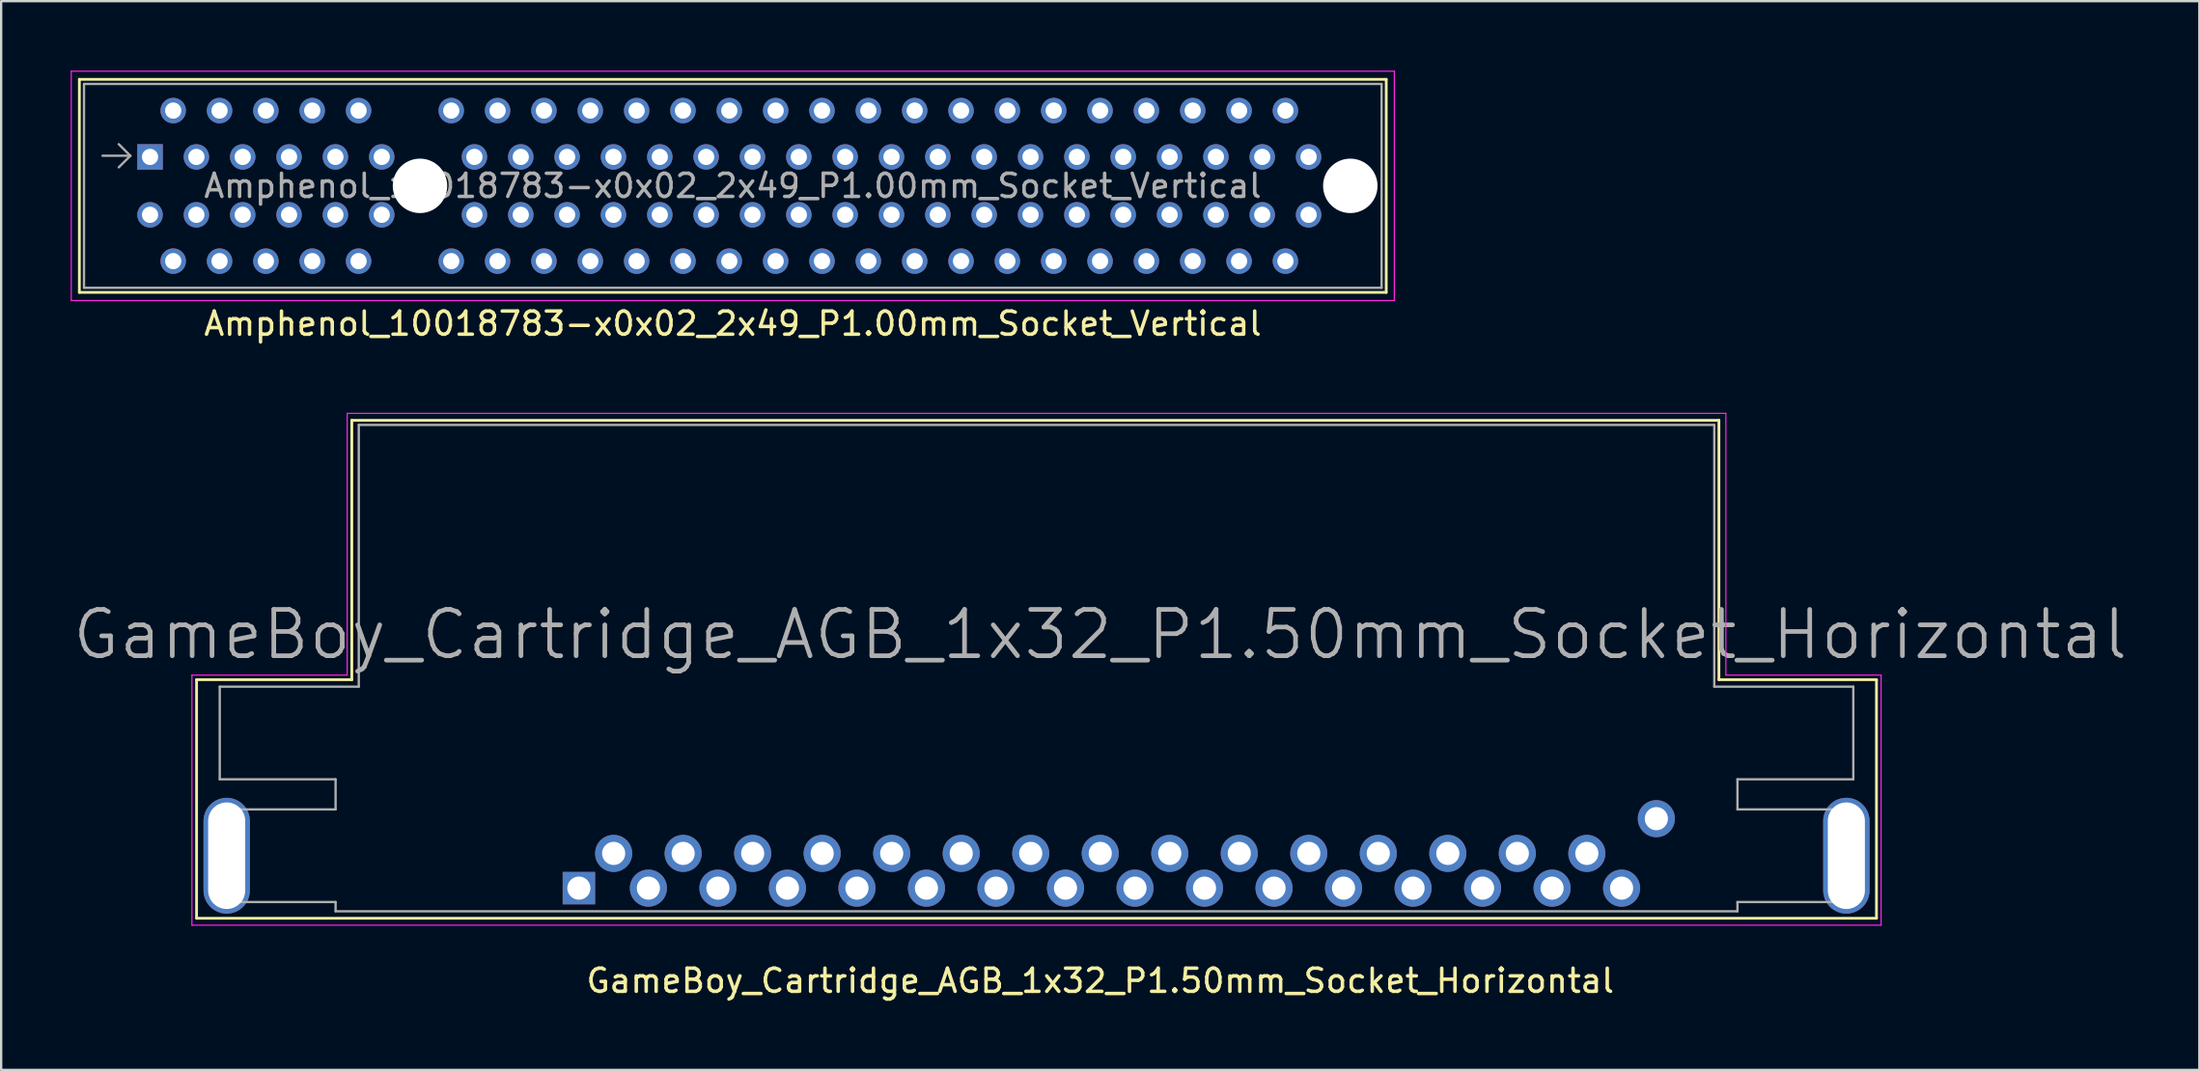
<source format=kicad_pcb>
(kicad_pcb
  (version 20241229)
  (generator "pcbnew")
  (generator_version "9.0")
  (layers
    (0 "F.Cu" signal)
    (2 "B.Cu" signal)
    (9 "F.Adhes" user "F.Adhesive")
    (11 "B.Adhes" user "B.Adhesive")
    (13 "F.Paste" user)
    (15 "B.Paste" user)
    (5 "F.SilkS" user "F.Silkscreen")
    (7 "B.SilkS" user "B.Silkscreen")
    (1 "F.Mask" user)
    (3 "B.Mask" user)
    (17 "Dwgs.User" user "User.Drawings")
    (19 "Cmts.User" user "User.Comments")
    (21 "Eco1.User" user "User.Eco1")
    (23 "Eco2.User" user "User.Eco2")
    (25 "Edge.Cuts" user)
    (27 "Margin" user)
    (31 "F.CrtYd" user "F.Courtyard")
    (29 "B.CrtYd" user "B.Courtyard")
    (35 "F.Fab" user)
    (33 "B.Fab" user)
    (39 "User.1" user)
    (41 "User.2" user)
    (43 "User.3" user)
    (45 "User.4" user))
  (footprint "GameBoy_Cartridge_AGB_1x32_P1.50mm_Socket_Horizontal"
    (layer "F.Cu")
    (at 21.933 35.298)
    (property "Reference" "GameBoy_Cartridge_AGB_1x32_P1.50mm_Socket_Horizontal" (at 22.5 4 0) (layer "F.SilkS") (effects (font (size 1 1) (thickness 0.15))))
    (attr through_hole)
    (fp_line (start -16.5 -9) (end -16.5 1.3) (stroke (width 0.12) (type solid)) (layer "F.SilkS"))
    (fp_line (start -9.8 -20.2) (end -9.8 -9) (stroke (width 0.12) (type solid)) (layer "F.SilkS"))
    (fp_line (start -9.8 -9) (end -16.5 -9) (stroke (width 0.12) (type solid)) (layer "F.SilkS"))
    (fp_line (start 49.2 -20.2) (end -9.8 -20.2) (stroke (width 0.12) (type solid)) (layer "F.SilkS"))
    (fp_line (start 49.2 -9) (end 49.2 -20.2) (stroke (width 0.12) (type solid)) (layer "F.SilkS"))
    (fp_line (start 56 -9) (end 49.2 -9) (stroke (width 0.12) (type solid)) (layer "F.SilkS"))
    (fp_line (start 56 1.3) (end -16.5 1.3) (stroke (width 0.12) (type solid)) (layer "F.SilkS"))
    (fp_line (start 56 1.3) (end 56 -9) (stroke (width 0.12) (type solid)) (layer "F.SilkS"))
    (fp_line (start -16.7 -9.2) (end -10 -9.2) (stroke (width 0.05) (type solid)) (layer "F.CrtYd"))
    (fp_line (start -16.7 1.6) (end -16.7 -9.2) (stroke (width 0.05) (type solid)) (layer "F.CrtYd"))
    (fp_line (start -10 -20.5) (end 49.5 -20.5) (stroke (width 0.05) (type solid)) (layer "F.CrtYd"))
    (fp_line (start -10 -9.2) (end -10 -20.5) (stroke (width 0.05) (type solid)) (layer "F.CrtYd"))
    (fp_line (start 49.5 -20.5) (end 49.5 -9.2) (stroke (width 0.05) (type solid)) (layer "F.CrtYd"))
    (fp_line (start 49.5 -9.2) (end 56.2 -9.2) (stroke (width 0.05) (type solid)) (layer "F.CrtYd"))
    (fp_line (start 56.2 1.6) (end -16.7 1.6) (stroke (width 0.05) (type solid)) (layer "F.CrtYd"))
    (fp_line (start 56.2 1.6) (end 56.2 -9.2) (stroke (width 0.05) (type solid)) (layer "F.CrtYd"))
    (fp_line (start -15.5 -4.7) (end -15.5 -8.7) (stroke (width 0.1) (type solid)) (layer "F.Fab"))
    (fp_line (start -15.5 0.6) (end -15.5 -3.4) (stroke (width 0.1) (type solid)) (layer "F.Fab"))
    (fp_line (start -10.5 -4.7) (end -15.5 -4.7) (stroke (width 0.1) (type solid)) (layer "F.Fab"))
    (fp_line (start -10.5 -3.4) (end -15.5 -3.4) (stroke (width 0.1) (type solid)) (layer "F.Fab"))
    (fp_line (start -10.5 -3.4) (end -10.5 -4.7) (stroke (width 0.1) (type solid)) (layer "F.Fab"))
    (fp_line (start -10.5 0.6) (end -15.5 0.6) (stroke (width 0.1) (type solid)) (layer "F.Fab"))
    (fp_line (start -10.5 1) (end -10.5 0.6) (stroke (width 0.1) (type solid)) (layer "F.Fab"))
    (fp_line (start -10.5 1) (end 50 1) (stroke (width 0.1) (type solid)) (layer "F.Fab"))
    (fp_line (start -9.5 -20) (end 49 -20) (stroke (width 0.1) (type solid)) (layer "F.Fab"))
    (fp_line (start -9.5 -8.7) (end -15.5 -8.7) (stroke (width 0.1) (type solid)) (layer "F.Fab"))
    (fp_line (start -9.5 -8.7) (end -9.5 -20) (stroke (width 0.1) (type solid)) (layer "F.Fab"))
    (fp_line (start 49 -8.7) (end 49 -20) (stroke (width 0.1) (type solid)) (layer "F.Fab"))
    (fp_line (start 49 -8.7) (end 55 -8.7) (stroke (width 0.1) (type solid)) (layer "F.Fab"))
    (fp_line (start 50 -4.7) (end 55 -4.7) (stroke (width 0.1) (type solid)) (layer "F.Fab"))
    (fp_line (start 50 -3.4) (end 50 -4.7) (stroke (width 0.1) (type solid)) (layer "F.Fab"))
    (fp_line (start 50 -3.4) (end 55 -3.4) (stroke (width 0.1) (type solid)) (layer "F.Fab"))
    (fp_line (start 50 0.6) (end 55 0.6) (stroke (width 0.1) (type solid)) (layer "F.Fab"))
    (fp_line (start 50 1) (end 50 0.6) (stroke (width 0.1) (type solid)) (layer "F.Fab"))
    (fp_line (start 55 -4.7) (end 55 -8.7) (stroke (width 0.1) (type solid)) (layer "F.Fab"))
    (fp_line (start 55 0.6) (end 55 -3.4) (stroke (width 0.1) (type solid)) (layer "F.Fab"))
    (fp_text user "${REFERENCE}" (at 22.5 -10.95 0) (layer "F.Fab") (effects (font (size 2 2) (thickness 0.2))))
    (pad "" np_thru_hole oval (at -15.2 -1.4) (size 2 5) (drill oval 1.6 4.6) (layers "*.Cu" "*.Mask"))
    (pad "" np_thru_hole oval (at 54.7 -1.4) (size 2 5) (drill oval 1.6 4.6) (layers "*.Cu" "*.Mask"))
    (pad "1" thru_hole rect (at 0 0) (size 1.4 1.4) (drill 1) (layers "*.Cu" "*.Mask"))
    (pad "2" thru_hole circle (at 1.5 -1.5) (size 1.6 1.6) (drill 1) (layers "*.Cu" "*.Mask"))
    (pad "3" thru_hole circle (at 3 0) (size 1.6 1.6) (drill 1) (layers "*.Cu" "*.Mask"))
    (pad "4" thru_hole circle (at 4.5 -1.5) (size 1.6 1.6) (drill 1) (layers "*.Cu" "*.Mask"))
    (pad "5" thru_hole circle (at 6 0) (size 1.6 1.6) (drill 1) (layers "*.Cu" "*.Mask"))
    (pad "6" thru_hole circle (at 7.5 -1.5) (size 1.6 1.6) (drill 1) (layers "*.Cu" "*.Mask"))
    (pad "7" thru_hole circle (at 9 0) (size 1.6 1.6) (drill 1) (layers "*.Cu" "*.Mask"))
    (pad "8" thru_hole circle (at 10.5 -1.5) (size 1.6 1.6) (drill 1) (layers "*.Cu" "*.Mask"))
    (pad "9" thru_hole circle (at 12 0) (size 1.6 1.6) (drill 1) (layers "*.Cu" "*.Mask"))
    (pad "10" thru_hole circle (at 13.5 -1.5) (size 1.6 1.6) (drill 1) (layers "*.Cu" "*.Mask"))
    (pad "11" thru_hole circle (at 15 0) (size 1.6 1.6) (drill 1) (layers "*.Cu" "*.Mask"))
    (pad "12" thru_hole circle (at 16.5 -1.5) (size 1.6 1.6) (drill 1) (layers "*.Cu" "*.Mask"))
    (pad "13" thru_hole circle (at 18 0) (size 1.6 1.6) (drill 1) (layers "*.Cu" "*.Mask"))
    (pad "14" thru_hole circle (at 19.5 -1.5) (size 1.6 1.6) (drill 1) (layers "*.Cu" "*.Mask"))
    (pad "15" thru_hole circle (at 21 0) (size 1.6 1.6) (drill 1) (layers "*.Cu" "*.Mask"))
    (pad "16" thru_hole circle (at 22.5 -1.5) (size 1.6 1.6) (drill 1) (layers "*.Cu" "*.Mask"))
    (pad "17" thru_hole circle (at 24 0) (size 1.6 1.6) (drill 1) (layers "*.Cu" "*.Mask"))
    (pad "18" thru_hole circle (at 25.5 -1.5) (size 1.6 1.6) (drill 1) (layers "*.Cu" "*.Mask"))
    (pad "19" thru_hole circle (at 27 0) (size 1.6 1.6) (drill 1) (layers "*.Cu" "*.Mask"))
    (pad "20" thru_hole circle (at 28.5 -1.5) (size 1.6 1.6) (drill 1) (layers "*.Cu" "*.Mask"))
    (pad "21" thru_hole circle (at 30 0) (size 1.6 1.6) (drill 1) (layers "*.Cu" "*.Mask"))
    (pad "22" thru_hole circle (at 31.5 -1.5) (size 1.6 1.6) (drill 1) (layers "*.Cu" "*.Mask"))
    (pad "23" thru_hole circle (at 33 0) (size 1.6 1.6) (drill 1) (layers "*.Cu" "*.Mask"))
    (pad "24" thru_hole circle (at 34.5 -1.5) (size 1.6 1.6) (drill 1) (layers "*.Cu" "*.Mask"))
    (pad "25" thru_hole circle (at 36 0) (size 1.6 1.6) (drill 1) (layers "*.Cu" "*.Mask"))
    (pad "26" thru_hole circle (at 37.5 -1.5) (size 1.6 1.6) (drill 1) (layers "*.Cu" "*.Mask"))
    (pad "27" thru_hole circle (at 39 0) (size 1.6 1.6) (drill 1) (layers "*.Cu" "*.Mask"))
    (pad "28" thru_hole circle (at 40.5 -1.5) (size 1.6 1.6) (drill 1) (layers "*.Cu" "*.Mask"))
    (pad "29" thru_hole circle (at 42 0) (size 1.6 1.6) (drill 1) (layers "*.Cu" "*.Mask"))
    (pad "30" thru_hole circle (at 43.5 -1.5) (size 1.6 1.6) (drill 1) (layers "*.Cu" "*.Mask"))
    (pad "31" thru_hole circle (at 45 0) (size 1.6 1.6) (drill 1) (layers "*.Cu" "*.Mask"))
    (pad "32" thru_hole circle (at 46.5 -3) (size 1.6 1.6) (drill 1) (layers "*.Cu" "*.Mask")))
  (footprint "Amphenol_10018783-x0x02_2x49_P1.00mm_Socket_Vertical"
    (layer "F.Cu")
    (at 3.425 3.725)
    (property "Reference" "Amphenol_10018783-x0x02_2x49_P1.00mm_Socket_Vertical" (at 25.15 7.2 0) (layer "F.SilkS") (effects (font (size 1 1) (thickness 0.15))))
    (attr through_hole)
    (fp_line (start -3.05 -3.35) (end -3.05 5.85) (stroke (width 0.12) (type solid)) (layer "F.SilkS"))
    (fp_line (start -3.05 5.85) (end 53.35 5.85) (stroke (width 0.12) (type solid)) (layer "F.SilkS"))
    (fp_line (start 53.35 -3.35) (end -3.05 -3.35) (stroke (width 0.12) (type solid)) (layer "F.SilkS"))
    (fp_line (start 53.35 5.85) (end 53.35 -3.35) (stroke (width 0.12) (type solid)) (layer "F.SilkS"))
    (fp_line (start -3.4 -3.7) (end -3.4 6.2) (stroke (width 0.05) (type solid)) (layer "F.CrtYd"))
    (fp_line (start -3.4 6.2) (end 53.7 6.2) (stroke (width 0.05) (type solid)) (layer "F.CrtYd"))
    (fp_line (start 53.7 -3.7) (end -3.4 -3.7) (stroke (width 0.05) (type solid)) (layer "F.CrtYd"))
    (fp_line (start 53.7 6.2) (end 53.7 -3.7) (stroke (width 0.05) (type solid)) (layer "F.CrtYd"))
    (fp_line (start -2.85 -3.15) (end -2.85 5.65) (stroke (width 0.1) (type solid)) (layer "F.Fab"))
    (fp_line (start -0.85 -0.05) (end -2.05 -0.05) (stroke (width 0.1) (type solid)) (layer "F.Fab"))
    (fp_line (start -0.85 -0.05) (end -1.35 -0.55) (stroke (width 0.1) (type solid)) (layer "F.Fab"))
    (fp_line (start -0.85 -0.05) (end -1.35 0.45) (stroke (width 0.1) (type solid)) (layer "F.Fab"))
    (fp_line (start 53.15 -3.15) (end -2.85 -3.15) (stroke (width 0.1) (type solid)) (layer "F.Fab"))
    (fp_line (start 53.15 -3.15) (end 53.15 5.65) (stroke (width 0.1) (type solid)) (layer "F.Fab"))
    (fp_line (start 53.15 5.65) (end -2.85 5.65) (stroke (width 0.1) (type solid)) (layer "F.Fab"))
    (fp_text user "${REFERENCE}" (at 25.15 1.25 0) (layer "F.Fab") (effects (font (size 1 1) (thickness 0.15))))
    (pad "" np_thru_hole circle (at 11.65 1.25) (size 2.35 2.35) (drill 2.35) (layers "*.Cu" "*.Mask"))
    (pad "" np_thru_hole circle (at 51.8 1.25) (size 2.35 2.35) (drill 2.35) (layers "*.Cu" "*.Mask"))
    (pad "A1" thru_hole rect (at 0 0) (size 1.1 1.1) (drill 0.7) (layers "*.Cu" "*.Mask"))
    (pad "A2" thru_hole circle (at 1 -2) (size 1.1 1.1) (drill 0.7) (layers "*.Cu" "*.Mask"))
    (pad "A3" thru_hole circle (at 2 0) (size 1.1 1.1) (drill 0.7) (layers "*.Cu" "*.Mask"))
    (pad "A4" thru_hole circle (at 3 -2) (size 1.1 1.1) (drill 0.7) (layers "*.Cu" "*.Mask"))
    (pad "A5" thru_hole circle (at 4 0) (size 1.1 1.1) (drill 0.7) (layers "*.Cu" "*.Mask"))
    (pad "A6" thru_hole circle (at 5 -2) (size 1.1 1.1) (drill 0.7) (layers "*.Cu" "*.Mask"))
    (pad "A7" thru_hole circle (at 6 0) (size 1.1 1.1) (drill 0.7) (layers "*.Cu" "*.Mask"))
    (pad "A8" thru_hole circle (at 7 -2) (size 1.1 1.1) (drill 0.7) (layers "*.Cu" "*.Mask"))
    (pad "A9" thru_hole circle (at 8 0) (size 1.1 1.1) (drill 0.7) (layers "*.Cu" "*.Mask"))
    (pad "A10" thru_hole circle (at 9 -2) (size 1.1 1.1) (drill 0.7) (layers "*.Cu" "*.Mask"))
    (pad "A11" thru_hole circle (at 10 0) (size 1.1 1.1) (drill 0.7) (layers "*.Cu" "*.Mask"))
    (pad "A12" thru_hole circle (at 13 -2) (size 1.1 1.1) (drill 0.7) (layers "*.Cu" "*.Mask"))
    (pad "A13" thru_hole circle (at 14 0) (size 1.1 1.1) (drill 0.7) (layers "*.Cu" "*.Mask"))
    (pad "A14" thru_hole circle (at 15 -2) (size 1.1 1.1) (drill 0.7) (layers "*.Cu" "*.Mask"))
    (pad "A15" thru_hole circle (at 16 0) (size 1.1 1.1) (drill 0.7) (layers "*.Cu" "*.Mask"))
    (pad "A16" thru_hole circle (at 17 -2) (size 1.1 1.1) (drill 0.7) (layers "*.Cu" "*.Mask"))
    (pad "A17" thru_hole circle (at 18 0) (size 1.1 1.1) (drill 0.7) (layers "*.Cu" "*.Mask"))
    (pad "A18" thru_hole circle (at 19 -2) (size 1.1 1.1) (drill 0.7) (layers "*.Cu" "*.Mask"))
    (pad "A19" thru_hole circle (at 20 0) (size 1.1 1.1) (drill 0.7) (layers "*.Cu" "*.Mask"))
    (pad "A20" thru_hole circle (at 21 -2) (size 1.1 1.1) (drill 0.7) (layers "*.Cu" "*.Mask"))
    (pad "A21" thru_hole circle (at 22 0) (size 1.1 1.1) (drill 0.7) (layers "*.Cu" "*.Mask"))
    (pad "A22" thru_hole circle (at 23 -2) (size 1.1 1.1) (drill 0.7) (layers "*.Cu" "*.Mask"))
    (pad "A23" thru_hole circle (at 24 0) (size 1.1 1.1) (drill 0.7) (layers "*.Cu" "*.Mask"))
    (pad "A24" thru_hole circle (at 25 -2) (size 1.1 1.1) (drill 0.7) (layers "*.Cu" "*.Mask"))
    (pad "A25" thru_hole circle (at 26 0) (size 1.1 1.1) (drill 0.7) (layers "*.Cu" "*.Mask"))
    (pad "A26" thru_hole circle (at 27 -2) (size 1.1 1.1) (drill 0.7) (layers "*.Cu" "*.Mask"))
    (pad "A27" thru_hole circle (at 28 0) (size 1.1 1.1) (drill 0.7) (layers "*.Cu" "*.Mask"))
    (pad "A28" thru_hole circle (at 29 -2) (size 1.1 1.1) (drill 0.7) (layers "*.Cu" "*.Mask"))
    (pad "A29" thru_hole circle (at 30 0) (size 1.1 1.1) (drill 0.7) (layers "*.Cu" "*.Mask"))
    (pad "A30" thru_hole circle (at 31 -2) (size 1.1 1.1) (drill 0.7) (layers "*.Cu" "*.Mask"))
    (pad "A31" thru_hole circle (at 32 0) (size 1.1 1.1) (drill 0.7) (layers "*.Cu" "*.Mask"))
    (pad "A32" thru_hole circle (at 33 -2) (size 1.1 1.1) (drill 0.7) (layers "*.Cu" "*.Mask"))
    (pad "A33" thru_hole circle (at 34 0) (size 1.1 1.1) (drill 0.7) (layers "*.Cu" "*.Mask"))
    (pad "A34" thru_hole circle (at 35 -2) (size 1.1 1.1) (drill 0.7) (layers "*.Cu" "*.Mask"))
    (pad "A35" thru_hole circle (at 36 0) (size 1.1 1.1) (drill 0.7) (layers "*.Cu" "*.Mask"))
    (pad "A36" thru_hole circle (at 37 -2) (size 1.1 1.1) (drill 0.7) (layers "*.Cu" "*.Mask"))
    (pad "A37" thru_hole circle (at 38 0) (size 1.1 1.1) (drill 0.7) (layers "*.Cu" "*.Mask"))
    (pad "A38" thru_hole circle (at 39 -2) (size 1.1 1.1) (drill 0.7) (layers "*.Cu" "*.Mask"))
    (pad "A39" thru_hole circle (at 40 0) (size 1.1 1.1) (drill 0.7) (layers "*.Cu" "*.Mask"))
    (pad "A40" thru_hole circle (at 41 -2) (size 1.1 1.1) (drill 0.7) (layers "*.Cu" "*.Mask"))
    (pad "A41" thru_hole circle (at 42 0) (size 1.1 1.1) (drill 0.7) (layers "*.Cu" "*.Mask"))
    (pad "A42" thru_hole circle (at 43 -2) (size 1.1 1.1) (drill 0.7) (layers "*.Cu" "*.Mask"))
    (pad "A43" thru_hole circle (at 44 0) (size 1.1 1.1) (drill 0.7) (layers "*.Cu" "*.Mask"))
    (pad "A44" thru_hole circle (at 45 -2) (size 1.1 1.1) (drill 0.7) (layers "*.Cu" "*.Mask"))
    (pad "A45" thru_hole circle (at 46 0) (size 1.1 1.1) (drill 0.7) (layers "*.Cu" "*.Mask"))
    (pad "A46" thru_hole circle (at 47 -2) (size 1.1 1.1) (drill 0.7) (layers "*.Cu" "*.Mask"))
    (pad "A47" thru_hole circle (at 48 0) (size 1.1 1.1) (drill 0.7) (layers "*.Cu" "*.Mask"))
    (pad "A48" thru_hole circle (at 49 -2) (size 1.1 1.1) (drill 0.7) (layers "*.Cu" "*.Mask"))
    (pad "A49" thru_hole circle (at 50 0) (size 1.1 1.1) (drill 0.7) (layers "*.Cu" "*.Mask"))
    (pad "B1" thru_hole circle (at 0 2.5) (size 1.1 1.1) (drill 0.7) (layers "*.Cu" "*.Mask"))
    (pad "B2" thru_hole circle (at 1 4.5) (size 1.1 1.1) (drill 0.7) (layers "*.Cu" "*.Mask"))
    (pad "B3" thru_hole circle (at 2 2.5) (size 1.1 1.1) (drill 0.7) (layers "*.Cu" "*.Mask"))
    (pad "B4" thru_hole circle (at 3 4.5) (size 1.1 1.1) (drill 0.7) (layers "*.Cu" "*.Mask"))
    (pad "B5" thru_hole circle (at 4 2.5) (size 1.1 1.1) (drill 0.7) (layers "*.Cu" "*.Mask"))
    (pad "B6" thru_hole circle (at 5 4.5) (size 1.1 1.1) (drill 0.7) (layers "*.Cu" "*.Mask"))
    (pad "B7" thru_hole circle (at 6 2.5) (size 1.1 1.1) (drill 0.7) (layers "*.Cu" "*.Mask"))
    (pad "B8" thru_hole circle (at 7 4.5) (size 1.1 1.1) (drill 0.7) (layers "*.Cu" "*.Mask"))
    (pad "B9" thru_hole circle (at 8 2.5) (size 1.1 1.1) (drill 0.7) (layers "*.Cu" "*.Mask"))
    (pad "B10" thru_hole circle (at 9 4.5) (size 1.1 1.1) (drill 0.7) (layers "*.Cu" "*.Mask"))
    (pad "B11" thru_hole circle (at 10 2.5) (size 1.1 1.1) (drill 0.7) (layers "*.Cu" "*.Mask"))
    (pad "B12" thru_hole circle (at 13 4.5) (size 1.1 1.1) (drill 0.7) (layers "*.Cu" "*.Mask"))
    (pad "B13" thru_hole circle (at 14 2.5) (size 1.1 1.1) (drill 0.7) (layers "*.Cu" "*.Mask"))
    (pad "B14" thru_hole circle (at 15 4.5) (size 1.1 1.1) (drill 0.7) (layers "*.Cu" "*.Mask"))
    (pad "B15" thru_hole circle (at 16 2.5) (size 1.1 1.1) (drill 0.7) (layers "*.Cu" "*.Mask"))
    (pad "B16" thru_hole circle (at 17 4.5) (size 1.1 1.1) (drill 0.7) (layers "*.Cu" "*.Mask"))
    (pad "B17" thru_hole circle (at 18 2.5) (size 1.1 1.1) (drill 0.7) (layers "*.Cu" "*.Mask"))
    (pad "B18" thru_hole circle (at 19 4.5) (size 1.1 1.1) (drill 0.7) (layers "*.Cu" "*.Mask"))
    (pad "B19" thru_hole circle (at 20 2.5) (size 1.1 1.1) (drill 0.7) (layers "*.Cu" "*.Mask"))
    (pad "B20" thru_hole circle (at 21 4.5) (size 1.1 1.1) (drill 0.7) (layers "*.Cu" "*.Mask"))
    (pad "B21" thru_hole circle (at 22 2.5) (size 1.1 1.1) (drill 0.7) (layers "*.Cu" "*.Mask"))
    (pad "B22" thru_hole circle (at 23 4.5) (size 1.1 1.1) (drill 0.7) (layers "*.Cu" "*.Mask"))
    (pad "B23" thru_hole circle (at 24 2.5) (size 1.1 1.1) (drill 0.7) (layers "*.Cu" "*.Mask"))
    (pad "B24" thru_hole circle (at 25 4.5) (size 1.1 1.1) (drill 0.7) (layers "*.Cu" "*.Mask"))
    (pad "B25" thru_hole circle (at 26 2.5) (size 1.1 1.1) (drill 0.7) (layers "*.Cu" "*.Mask"))
    (pad "B26" thru_hole circle (at 27 4.5) (size 1.1 1.1) (drill 0.7) (layers "*.Cu" "*.Mask"))
    (pad "B27" thru_hole circle (at 28 2.5) (size 1.1 1.1) (drill 0.7) (layers "*.Cu" "*.Mask"))
    (pad "B28" thru_hole circle (at 29 4.5) (size 1.1 1.1) (drill 0.7) (layers "*.Cu" "*.Mask"))
    (pad "B29" thru_hole circle (at 30 2.5) (size 1.1 1.1) (drill 0.7) (layers "*.Cu" "*.Mask"))
    (pad "B30" thru_hole circle (at 31 4.5) (size 1.1 1.1) (drill 0.7) (layers "*.Cu" "*.Mask"))
    (pad "B31" thru_hole circle (at 32 2.5) (size 1.1 1.1) (drill 0.7) (layers "*.Cu" "*.Mask"))
    (pad "B32" thru_hole circle (at 33 4.5) (size 1.1 1.1) (drill 0.7) (layers "*.Cu" "*.Mask"))
    (pad "B33" thru_hole circle (at 34 2.5) (size 1.1 1.1) (drill 0.7) (layers "*.Cu" "*.Mask"))
    (pad "B34" thru_hole circle (at 35 4.5) (size 1.1 1.1) (drill 0.7) (layers "*.Cu" "*.Mask"))
    (pad "B35" thru_hole circle (at 36 2.5) (size 1.1 1.1) (drill 0.7) (layers "*.Cu" "*.Mask"))
    (pad "B36" thru_hole circle (at 37 4.5) (size 1.1 1.1) (drill 0.7) (layers "*.Cu" "*.Mask"))
    (pad "B37" thru_hole circle (at 38 2.5) (size 1.1 1.1) (drill 0.7) (layers "*.Cu" "*.Mask"))
    (pad "B38" thru_hole circle (at 39 4.5) (size 1.1 1.1) (drill 0.7) (layers "*.Cu" "*.Mask"))
    (pad "B39" thru_hole circle (at 40 2.5) (size 1.1 1.1) (drill 0.7) (layers "*.Cu" "*.Mask"))
    (pad "B40" thru_hole circle (at 41 4.5) (size 1.1 1.1) (drill 0.7) (layers "*.Cu" "*.Mask"))
    (pad "B41" thru_hole circle (at 42 2.5) (size 1.1 1.1) (drill 0.7) (layers "*.Cu" "*.Mask"))
    (pad "B42" thru_hole circle (at 43 4.5) (size 1.1 1.1) (drill 0.7) (layers "*.Cu" "*.Mask"))
    (pad "B43" thru_hole circle (at 44 2.5) (size 1.1 1.1) (drill 0.7) (layers "*.Cu" "*.Mask"))
    (pad "B44" thru_hole circle (at 45 4.5) (size 1.1 1.1) (drill 0.7) (layers "*.Cu" "*.Mask"))
    (pad "B45" thru_hole circle (at 46 2.5) (size 1.1 1.1) (drill 0.7) (layers "*.Cu" "*.Mask"))
    (pad "B46" thru_hole circle (at 47 4.5) (size 1.1 1.1) (drill 0.7) (layers "*.Cu" "*.Mask"))
    (pad "B47" thru_hole circle (at 48 2.5) (size 1.1 1.1) (drill 0.7) (layers "*.Cu" "*.Mask"))
    (pad "B48" thru_hole circle (at 49 4.5) (size 1.1 1.1) (drill 0.7) (layers "*.Cu" "*.Mask"))
    (pad "B49" thru_hole circle (at 50 2.5) (size 1.1 1.1) (drill 0.7) (layers "*.Cu" "*.Mask")))
  (gr_rect
    (start -3 -3)
    (end 91.867 43.147)
    (stroke (width 0.1) (type default))
    (fill no)
    (layer "Edge.Cuts")))
</source>
